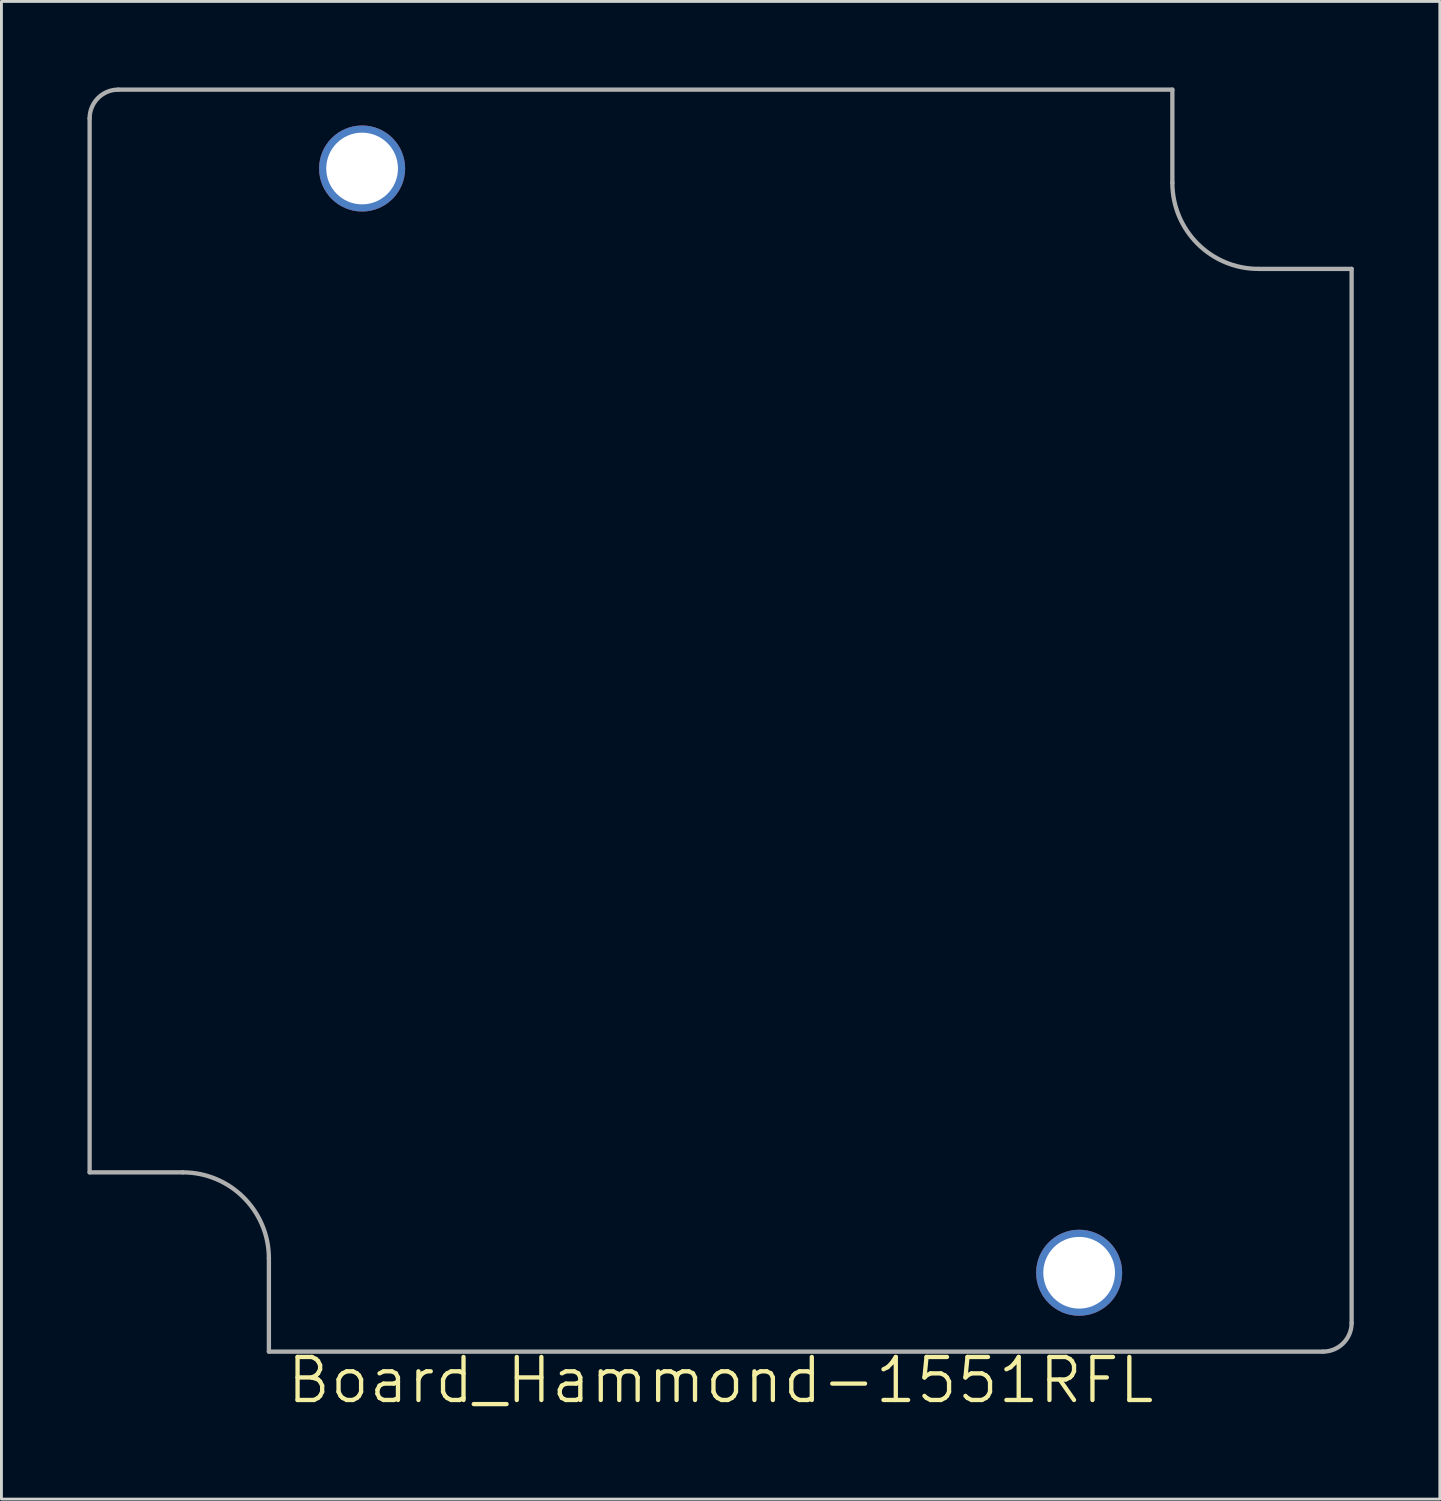
<source format=kicad_pcb>
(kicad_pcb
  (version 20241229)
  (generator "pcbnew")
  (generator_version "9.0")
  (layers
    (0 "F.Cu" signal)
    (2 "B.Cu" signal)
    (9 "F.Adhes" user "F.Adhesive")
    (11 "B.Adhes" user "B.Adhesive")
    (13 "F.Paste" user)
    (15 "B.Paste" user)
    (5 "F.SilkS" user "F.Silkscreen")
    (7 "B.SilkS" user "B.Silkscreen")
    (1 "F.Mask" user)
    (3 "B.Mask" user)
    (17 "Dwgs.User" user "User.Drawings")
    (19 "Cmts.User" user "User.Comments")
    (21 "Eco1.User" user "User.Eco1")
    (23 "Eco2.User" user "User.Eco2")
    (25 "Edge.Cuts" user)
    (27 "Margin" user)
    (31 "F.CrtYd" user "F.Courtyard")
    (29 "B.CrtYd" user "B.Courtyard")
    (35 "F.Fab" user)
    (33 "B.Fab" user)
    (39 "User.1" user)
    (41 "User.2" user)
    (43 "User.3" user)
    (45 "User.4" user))
  (footprint "Board_Hammond-1551RFL"
    (layer "F.Cu")
    (at 22.075 22.075)
    (property "Reference" "Board_Hammond-1551RFL" (at 0 23 0) (layer "F.SilkS") (effects (font (size 1.5 1.5) (thickness 0.15))))
    (attr through_hole)
    (fp_line (start -22 15.75) (end -22 -21) (stroke (width 0.15) (type solid)) (layer "F.Fab"))
    (fp_line (start -18.75 15.75) (end -22 15.75) (stroke (width 0.15) (type solid)) (layer "F.Fab"))
    (fp_line (start -15.75 18.75) (end -15.75 22) (stroke (width 0.15) (type solid)) (layer "F.Fab"))
    (fp_line (start -15.75 22) (end 21 22) (stroke (width 0.15) (type solid)) (layer "F.Fab"))
    (fp_line (start 15.75 -22) (end -21 -22) (stroke (width 0.15) (type solid)) (layer "F.Fab"))
    (fp_line (start 15.75 -18.75) (end 15.75 -22) (stroke (width 0.15) (type solid)) (layer "F.Fab"))
    (fp_line (start 18.75 -15.75) (end 22 -15.75) (stroke (width 0.15) (type solid)) (layer "F.Fab"))
    (fp_line (start 22 -15.75) (end 22 21) (stroke (width 0.15) (type solid)) (layer "F.Fab"))
    (fp_arc (start -22 -21) (mid -21.707107 -21.707107) (end -21 -22) (stroke (width 0.15) (type solid)) (layer "F.Fab"))
    (fp_arc (start -18.75 15.75) (mid -16.62868 16.62868) (end -15.75 18.75) (stroke (width 0.15) (type solid)) (layer "F.Fab"))
    (fp_arc (start 18.75 -15.75) (mid 16.62868 -16.62868) (end 15.75 -18.75) (stroke (width 0.15) (type solid)) (layer "F.Fab"))
    (fp_arc (start 22 21) (mid 21.707107 21.707107) (end 21 22) (stroke (width 0.15) (type solid)) (layer "F.Fab"))
    (pad "M1" thru_hole circle (at -12.5 -19.25) (size 3 3) (drill 2.5) (layers "*.Cu" "*.Mask"))
    (pad "M2" thru_hole circle (at 12.5 19.25) (size 3 3) (drill 2.5) (layers "*.Cu" "*.Mask")))
  (gr_rect
    (start -3 -3)
    (end 47.15 49.216)
    (stroke (width 0.1) (type default))
    (fill no)
    (layer "Edge.Cuts")))
</source>
